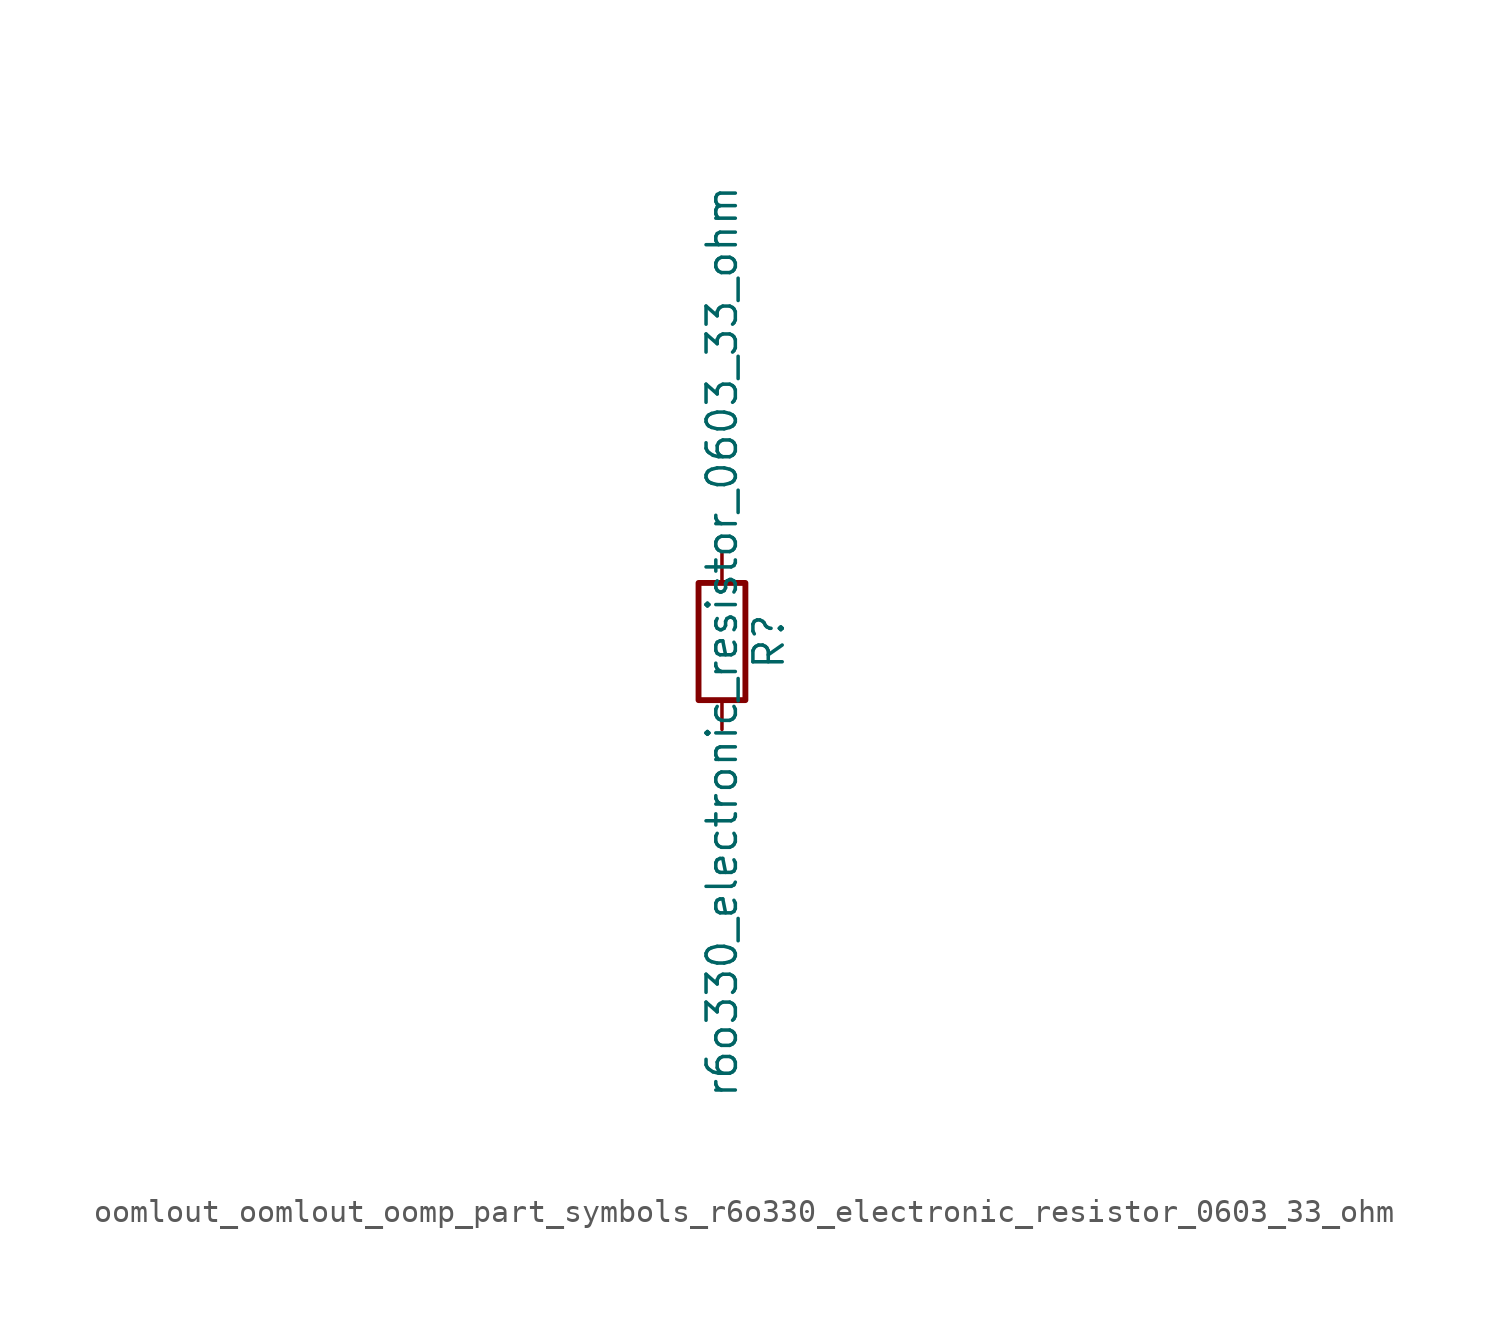
<source format=kicad_sym>
(kicad_symbol_lib
  (version 20220914)
  (generator kicad_symbol_editor)
  (symbol "oomlout_oomlout_oomp_part_symbols_r6o330_electronic_resistor_0603_33_ohm"
    (pin_numbers hide)
    (pin_names
      (offset 0))
    (property "Reference" "R"
      (at 2.032 0 90)
      (effects (font (size 1.27 1.27))))
    (property "Value" "r6o330_electronic_resistor_0603_33_ohm"
      (at 0 0 90)
      (effects (font (size 1.27 1.27))))
    (symbol "oomlout_oomlout_oomp_part_symbols_r6o330_electronic_resistor_0603_33_ohm_0_1"
      (rectangle (start -1.016 -2.54) (end 1.016 2.54) (stroke (width 0.254) (type default)) (fill (type none))))
    (symbol "oomlout_oomlout_oomp_part_symbols_r6o330_electronic_resistor_0603_33_ohm_1_1"
      (pin passive line (at 0 3.81 270) (length 1.27) (name "~" (effects (font (size 1.27 1.27)))) (number "1" (effects (font (size 1.27 1.27)))))
      (pin passive line (at 0 -3.81 90) (length 1.27) (name "~" (effects (font (size 1.27 1.27)))) (number "2" (effects (font (size 1.27 1.27))))))))
</source>
